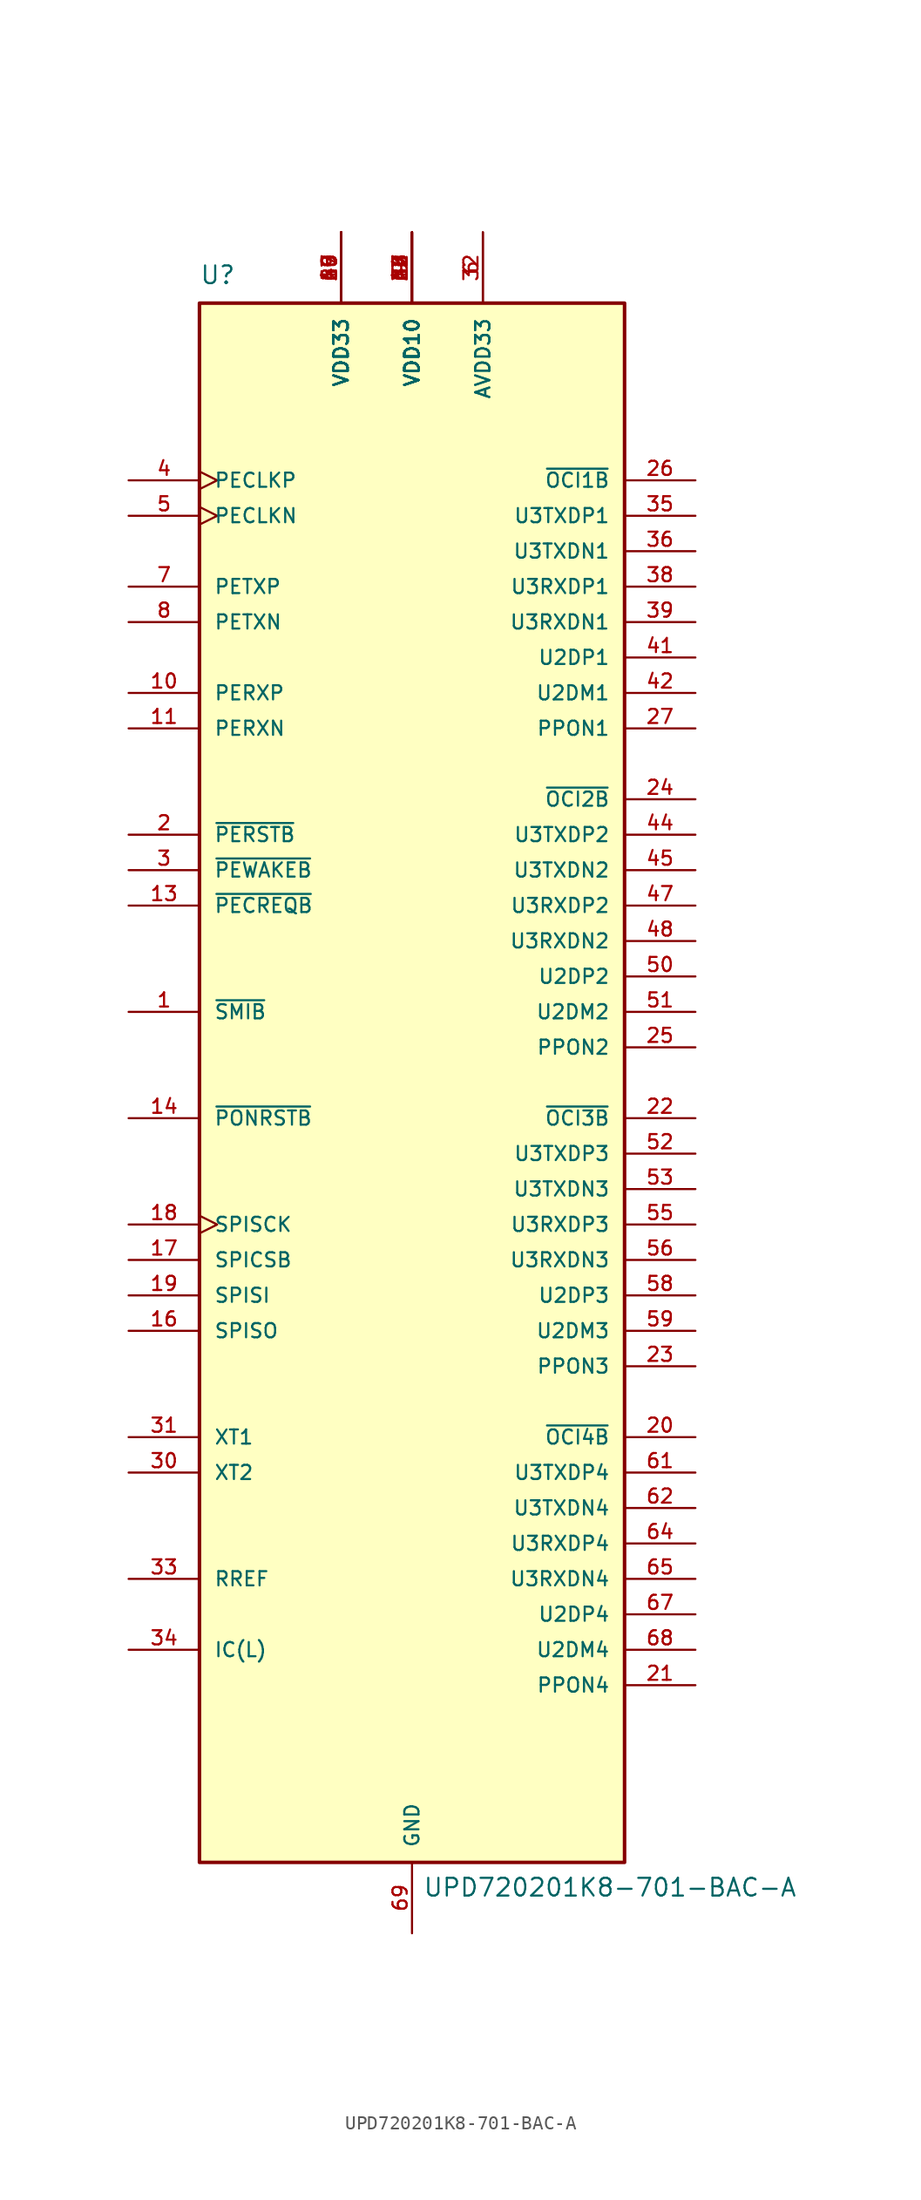
<source format=kicad_sym>
(kicad_symbol_lib
  (version 20220914)
  (generator kicad_symbol_editor)
  (symbol "UPD720201K8-701-BAC-A"
    (pin_names
      (offset 1.016))
    (property "Reference" "U"
      (at -15.24 59.69 0)
      (effects (font (size 1.27 1.27)) (justify left bottom)))
    (property "Value" "UPD720201K8-701-BAC-A"
      (at 0.762 -55.88 0)
      (effects (font (size 1.27 1.27)) (justify left bottom)))
    (symbol "UPD720201K8-701-BAC-A_0_0"
      (rectangle (start -15.24 58.42) (end 15.24 -53.34) (stroke (width 0.254) (type default)) (fill (type background)))
      (pin output line (at -20.32 7.62 0) (length 5.08) (name "~{SMIB}" (effects (font (size 1.016 1.016)))) (number "1" (effects (font (size 1.016 1.016)))))
      (pin input line (at -20.32 30.48 0) (length 5.08) (name "PERXP" (effects (font (size 1.016 1.016)))) (number "10" (effects (font (size 1.016 1.016)))))
      (pin input line (at -20.32 27.94 0) (length 5.08) (name "PERXN" (effects (font (size 1.016 1.016)))) (number "11" (effects (font (size 1.016 1.016)))))
      (pin power_in line (at 0 63.5 270) (length 5.08) (name "VDD10" (effects (font (size 1.016 1.016)))) (number "12" (effects (font (size 1.016 1.016)))))
      (pin output line (at -20.32 15.24 0) (length 5.08) (name "~{PECREQB}" (effects (font (size 1.016 1.016)))) (number "13" (effects (font (size 1.016 1.016)))))
      (pin input line (at -20.32 0 0) (length 5.08) (name "~{PONRSTB}" (effects (font (size 1.016 1.016)))) (number "14" (effects (font (size 1.016 1.016)))))
      (pin power_in line (at -5.08 63.5 270) (length 5.08) (name "VDD33" (effects (font (size 1.016 1.016)))) (number "15" (effects (font (size 1.016 1.016)))))
      (pin input line (at -20.32 -15.24 0) (length 5.08) (name "SPISO" (effects (font (size 1.016 1.016)))) (number "16" (effects (font (size 1.016 1.016)))))
      (pin output line (at -20.32 -10.16 0) (length 5.08) (name "SPICSB" (effects (font (size 1.016 1.016)))) (number "17" (effects (font (size 1.016 1.016)))))
      (pin output clock (at -20.32 -7.62 0) (length 5.08) (name "SPISCK" (effects (font (size 1.016 1.016)))) (number "18" (effects (font (size 1.016 1.016)))))
      (pin output line (at -20.32 -12.7 0) (length 5.08) (name "SPISI" (effects (font (size 1.016 1.016)))) (number "19" (effects (font (size 1.016 1.016)))))
      (pin input line (at -20.32 20.32 0) (length 5.08) (name "~{PERSTB}" (effects (font (size 1.016 1.016)))) (number "2" (effects (font (size 1.016 1.016)))))
      (pin input line (at 20.32 -22.86 180) (length 5.08) (name "~{OCI4B}" (effects (font (size 1.016 1.016)))) (number "20" (effects (font (size 1.016 1.016)))))
      (pin output line (at 20.32 -40.64 180) (length 5.08) (name "PPON4" (effects (font (size 1.016 1.016)))) (number "21" (effects (font (size 1.016 1.016)))))
      (pin input line (at 20.32 0 180) (length 5.08) (name "~{OCI3B}" (effects (font (size 1.016 1.016)))) (number "22" (effects (font (size 1.016 1.016)))))
      (pin output line (at 20.32 -17.78 180) (length 5.08) (name "PPON3" (effects (font (size 1.016 1.016)))) (number "23" (effects (font (size 1.016 1.016)))))
      (pin input line (at 20.32 22.86 180) (length 5.08) (name "~{OCI2B}" (effects (font (size 1.016 1.016)))) (number "24" (effects (font (size 1.016 1.016)))))
      (pin output line (at 20.32 5.08 180) (length 5.08) (name "PPON2" (effects (font (size 1.016 1.016)))) (number "25" (effects (font (size 1.016 1.016)))))
      (pin input line (at 20.32 45.72 180) (length 5.08) (name "~{OCI1B}" (effects (font (size 1.016 1.016)))) (number "26" (effects (font (size 1.016 1.016)))))
      (pin output line (at 20.32 27.94 180) (length 5.08) (name "PPON1" (effects (font (size 1.016 1.016)))) (number "27" (effects (font (size 1.016 1.016)))))
      (pin power_in line (at 0 63.5 270) (length 5.08) (name "VDD10" (effects (font (size 1.016 1.016)))) (number "28" (effects (font (size 1.016 1.016)))))
      (pin power_in line (at -5.08 63.5 270) (length 5.08) (name "VDD33" (effects (font (size 1.016 1.016)))) (number "29" (effects (font (size 1.016 1.016)))))
      (pin output line (at -20.32 17.78 0) (length 5.08) (name "~{PEWAKEB}" (effects (font (size 1.016 1.016)))) (number "3" (effects (font (size 1.016 1.016)))))
      (pin output line (at -20.32 -25.4 0) (length 5.08) (name "XT2" (effects (font (size 1.016 1.016)))) (number "30" (effects (font (size 1.016 1.016)))))
      (pin input line (at -20.32 -22.86 0) (length 5.08) (name "XT1" (effects (font (size 1.016 1.016)))) (number "31" (effects (font (size 1.016 1.016)))))
      (pin power_in line (at 5.08 63.5 270) (length 5.08) (name "AVDD33" (effects (font (size 1.016 1.016)))) (number "32" (effects (font (size 1.016 1.016)))))
      (pin passive line (at -20.32 -33.02 0) (length 5.08) (name "RREF" (effects (font (size 1.016 1.016)))) (number "33" (effects (font (size 1.016 1.016)))))
      (pin input line (at -20.32 -38.1 0) (length 5.08) (name "IC(L)" (effects (font (size 1.016 1.016)))) (number "34" (effects (font (size 1.016 1.016)))))
      (pin output line (at 20.32 43.18 180) (length 5.08) (name "U3TXDP1" (effects (font (size 1.016 1.016)))) (number "35" (effects (font (size 1.016 1.016)))))
      (pin output line (at 20.32 40.64 180) (length 5.08) (name "U3TXDN1" (effects (font (size 1.016 1.016)))) (number "36" (effects (font (size 1.016 1.016)))))
      (pin power_in line (at 0 63.5 270) (length 5.08) (name "VDD10" (effects (font (size 1.016 1.016)))) (number "37" (effects (font (size 1.016 1.016)))))
      (pin input line (at 20.32 38.1 180) (length 5.08) (name "U3RXDP1" (effects (font (size 1.016 1.016)))) (number "38" (effects (font (size 1.016 1.016)))))
      (pin input line (at 20.32 35.56 180) (length 5.08) (name "U3RXDN1" (effects (font (size 1.016 1.016)))) (number "39" (effects (font (size 1.016 1.016)))))
      (pin input clock (at -20.32 45.72 0) (length 5.08) (name "PECLKP" (effects (font (size 1.016 1.016)))) (number "4" (effects (font (size 1.016 1.016)))))
      (pin power_in line (at -5.08 63.5 270) (length 5.08) (name "VDD33" (effects (font (size 1.016 1.016)))) (number "40" (effects (font (size 1.016 1.016)))))
      (pin bidirectional line (at 20.32 33.02 180) (length 5.08) (name "U2DP1" (effects (font (size 1.016 1.016)))) (number "41" (effects (font (size 1.016 1.016)))))
      (pin bidirectional line (at 20.32 30.48 180) (length 5.08) (name "U2DM1" (effects (font (size 1.016 1.016)))) (number "42" (effects (font (size 1.016 1.016)))))
      (pin power_in line (at 0 63.5 270) (length 5.08) (name "VDD10" (effects (font (size 1.016 1.016)))) (number "43" (effects (font (size 1.016 1.016)))))
      (pin output line (at 20.32 20.32 180) (length 5.08) (name "U3TXDP2" (effects (font (size 1.016 1.016)))) (number "44" (effects (font (size 1.016 1.016)))))
      (pin output line (at 20.32 17.78 180) (length 5.08) (name "U3TXDN2" (effects (font (size 1.016 1.016)))) (number "45" (effects (font (size 1.016 1.016)))))
      (pin power_in line (at 0 63.5 270) (length 5.08) (name "VDD10" (effects (font (size 1.016 1.016)))) (number "46" (effects (font (size 1.016 1.016)))))
      (pin input line (at 20.32 15.24 180) (length 5.08) (name "U3RXDP2" (effects (font (size 1.016 1.016)))) (number "47" (effects (font (size 1.016 1.016)))))
      (pin input line (at 20.32 12.7 180) (length 5.08) (name "U3RXDN2" (effects (font (size 1.016 1.016)))) (number "48" (effects (font (size 1.016 1.016)))))
      (pin power_in line (at -5.08 63.5 270) (length 5.08) (name "VDD33" (effects (font (size 1.016 1.016)))) (number "49" (effects (font (size 1.016 1.016)))))
      (pin input clock (at -20.32 43.18 0) (length 5.08) (name "PECLKN" (effects (font (size 1.016 1.016)))) (number "5" (effects (font (size 1.016 1.016)))))
      (pin bidirectional line (at 20.32 10.16 180) (length 5.08) (name "U2DP2" (effects (font (size 1.016 1.016)))) (number "50" (effects (font (size 1.016 1.016)))))
      (pin bidirectional line (at 20.32 7.62 180) (length 5.08) (name "U2DM2" (effects (font (size 1.016 1.016)))) (number "51" (effects (font (size 1.016 1.016)))))
      (pin output line (at 20.32 -2.54 180) (length 5.08) (name "U3TXDP3" (effects (font (size 1.016 1.016)))) (number "52" (effects (font (size 1.016 1.016)))))
      (pin output line (at 20.32 -5.08 180) (length 5.08) (name "U3TXDN3" (effects (font (size 1.016 1.016)))) (number "53" (effects (font (size 1.016 1.016)))))
      (pin power_in line (at 0 63.5 270) (length 5.08) (name "VDD10" (effects (font (size 1.016 1.016)))) (number "54" (effects (font (size 1.016 1.016)))))
      (pin input line (at 20.32 -7.62 180) (length 5.08) (name "U3RXDP3" (effects (font (size 1.016 1.016)))) (number "55" (effects (font (size 1.016 1.016)))))
      (pin input line (at 20.32 -10.16 180) (length 5.08) (name "U3RXDN3" (effects (font (size 1.016 1.016)))) (number "56" (effects (font (size 1.016 1.016)))))
      (pin power_in line (at -5.08 63.5 270) (length 5.08) (name "VDD33" (effects (font (size 1.016 1.016)))) (number "57" (effects (font (size 1.016 1.016)))))
      (pin bidirectional line (at 20.32 -12.7 180) (length 5.08) (name "U2DP3" (effects (font (size 1.016 1.016)))) (number "58" (effects (font (size 1.016 1.016)))))
      (pin bidirectional line (at 20.32 -15.24 180) (length 5.08) (name "U2DM3" (effects (font (size 1.016 1.016)))) (number "59" (effects (font (size 1.016 1.016)))))
      (pin power_in line (at 5.08 63.5 270) (length 5.08) (name "AVDD33" (effects (font (size 1.016 1.016)))) (number "6" (effects (font (size 1.016 1.016)))))
      (pin power_in line (at 0 63.5 270) (length 5.08) (name "VDD10" (effects (font (size 1.016 1.016)))) (number "60" (effects (font (size 1.016 1.016)))))
      (pin output line (at 20.32 -25.4 180) (length 5.08) (name "U3TXDP4" (effects (font (size 1.016 1.016)))) (number "61" (effects (font (size 1.016 1.016)))))
      (pin output line (at 20.32 -27.94 180) (length 5.08) (name "U3TXDN4" (effects (font (size 1.016 1.016)))) (number "62" (effects (font (size 1.016 1.016)))))
      (pin power_in line (at 0 63.5 270) (length 5.08) (name "VDD10" (effects (font (size 1.016 1.016)))) (number "63" (effects (font (size 1.016 1.016)))))
      (pin input line (at 20.32 -30.48 180) (length 5.08) (name "U3RXDP4" (effects (font (size 1.016 1.016)))) (number "64" (effects (font (size 1.016 1.016)))))
      (pin input line (at 20.32 -33.02 180) (length 5.08) (name "U3RXDN4" (effects (font (size 1.016 1.016)))) (number "65" (effects (font (size 1.016 1.016)))))
      (pin power_in line (at -5.08 63.5 270) (length 5.08) (name "VDD33" (effects (font (size 1.016 1.016)))) (number "66" (effects (font (size 1.016 1.016)))))
      (pin bidirectional line (at 20.32 -35.56 180) (length 5.08) (name "U2DP4" (effects (font (size 1.016 1.016)))) (number "67" (effects (font (size 1.016 1.016)))))
      (pin bidirectional line (at 20.32 -38.1 180) (length 5.08) (name "U2DM4" (effects (font (size 1.016 1.016)))) (number "68" (effects (font (size 1.016 1.016)))))
      (pin power_in line (at 0 -58.42 90) (length 5.08) (name "GND" (effects (font (size 1.016 1.016)))) (number "69" (effects (font (size 1.016 1.016)))))
      (pin output line (at -20.32 38.1 0) (length 5.08) (name "PETXP" (effects (font (size 1.016 1.016)))) (number "7" (effects (font (size 1.016 1.016)))))
      (pin output line (at -20.32 35.56 0) (length 5.08) (name "PETXN" (effects (font (size 1.016 1.016)))) (number "8" (effects (font (size 1.016 1.016)))))
      (pin power_in line (at 0 63.5 270) (length 5.08) (name "VDD10" (effects (font (size 1.016 1.016)))) (number "9" (effects (font (size 1.016 1.016))))))))
</source>
